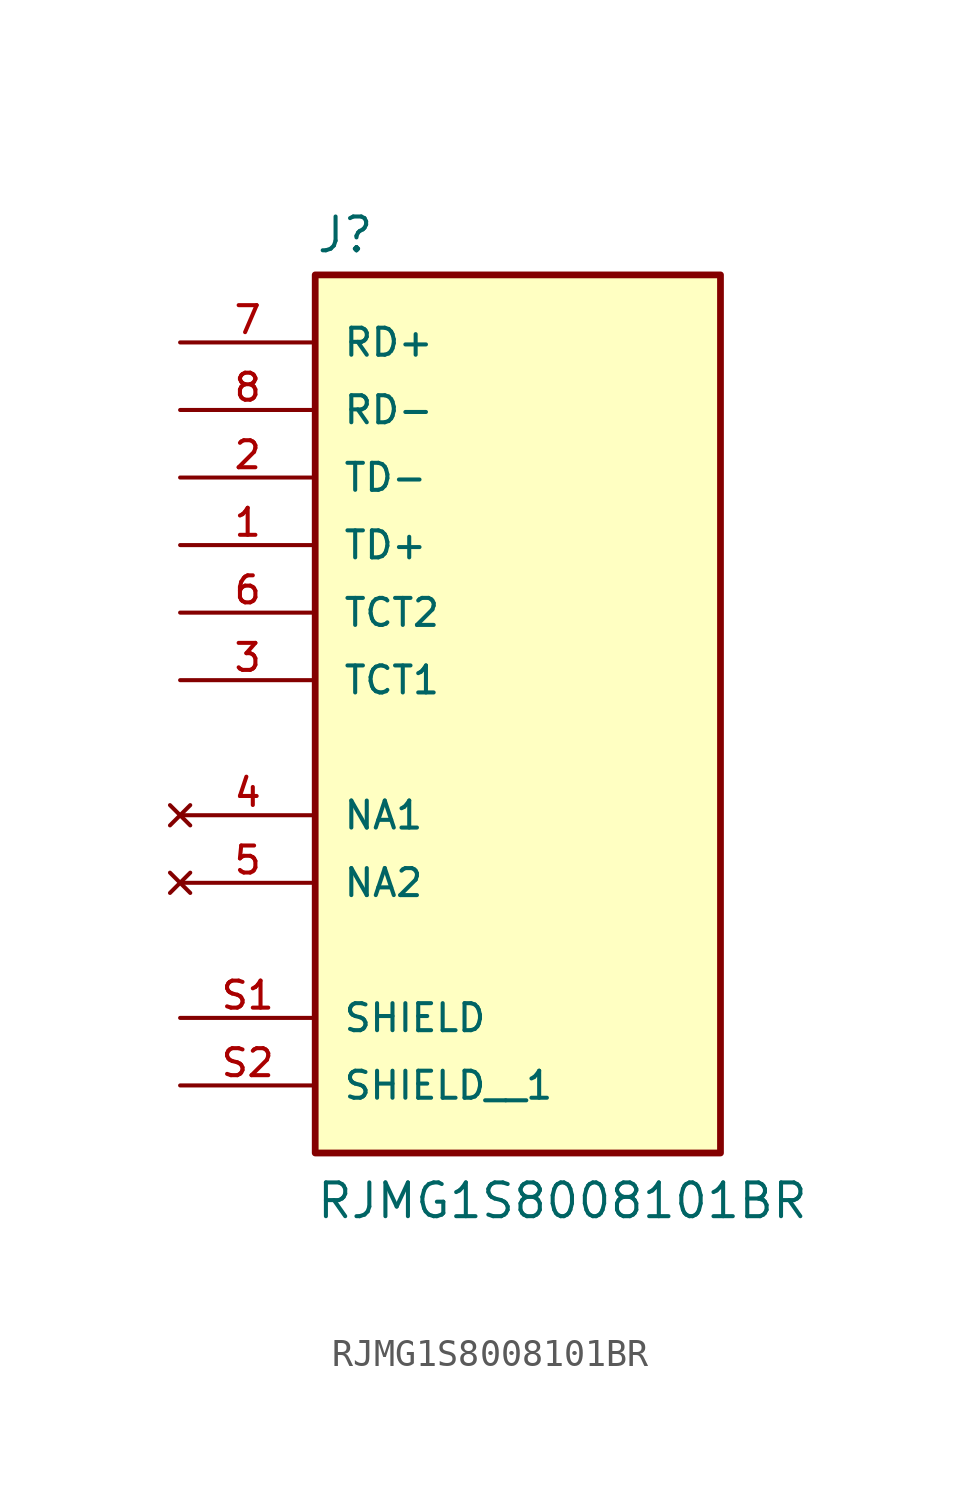
<source format=kicad_sym>
(kicad_symbol_lib
  (version 20241209)
  (generator "kicad_symbol_editor")
  (generator_version "9.0")
  (symbol "RJMG1S8008101BR"
    (pin_names
      (offset 1.016))
    (property "Reference" "J"
      (at -7.62 16.002 0)
      (effects (font (size 1.27 1.27)) (justify left bottom)))
    (property "Value" "RJMG1S8008101BR"
      (at -7.62 -20.32 0)
      (effects (font (size 1.27 1.27)) (justify left bottom)))
    (symbol "RJMG1S8008101BR_0_0"
      (rectangle (start -7.62 -17.78) (end 7.62 15.24) (stroke (width 0.254) (type default)) (fill (type background)))
      (pin passive line (at -12.7 12.7 0) (length 5.08) (name "RD+" (effects (font (size 1.016 1.016)))) (number "7" (effects (font (size 1.016 1.016)))))
      (pin passive line (at -12.7 10.16 0) (length 5.08) (name "RD-" (effects (font (size 1.016 1.016)))) (number "8" (effects (font (size 1.016 1.016)))))
      (pin passive line (at -12.7 7.62 0) (length 5.08) (name "TD-" (effects (font (size 1.016 1.016)))) (number "2" (effects (font (size 1.016 1.016)))))
      (pin passive line (at -12.7 5.08 0) (length 5.08) (name "TD+" (effects (font (size 1.016 1.016)))) (number "1" (effects (font (size 1.016 1.016)))))
      (pin passive line (at -12.7 2.54 0) (length 5.08) (name "TCT2" (effects (font (size 1.016 1.016)))) (number "6" (effects (font (size 1.016 1.016)))))
      (pin passive line (at -12.7 0 0) (length 5.08) (name "TCT1" (effects (font (size 1.016 1.016)))) (number "3" (effects (font (size 1.016 1.016)))))
      (pin no_connect line (at -12.7 -5.08 0) (length 5.08) (name "NA1" (effects (font (size 1.016 1.016)))) (number "4" (effects (font (size 1.016 1.016)))))
      (pin no_connect line (at -12.7 -7.62 0) (length 5.08) (name "NA2" (effects (font (size 1.016 1.016)))) (number "5" (effects (font (size 1.016 1.016)))))
      (pin passive line (at -12.7 -12.7 0) (length 5.08) (name "SHIELD" (effects (font (size 1.016 1.016)))) (number "S1" (effects (font (size 1.016 1.016)))))
      (pin passive line (at -12.7 -15.24 0) (length 5.08) (name "SHIELD__1" (effects (font (size 1.016 1.016)))) (number "S2" (effects (font (size 1.016 1.016))))))))
</source>
